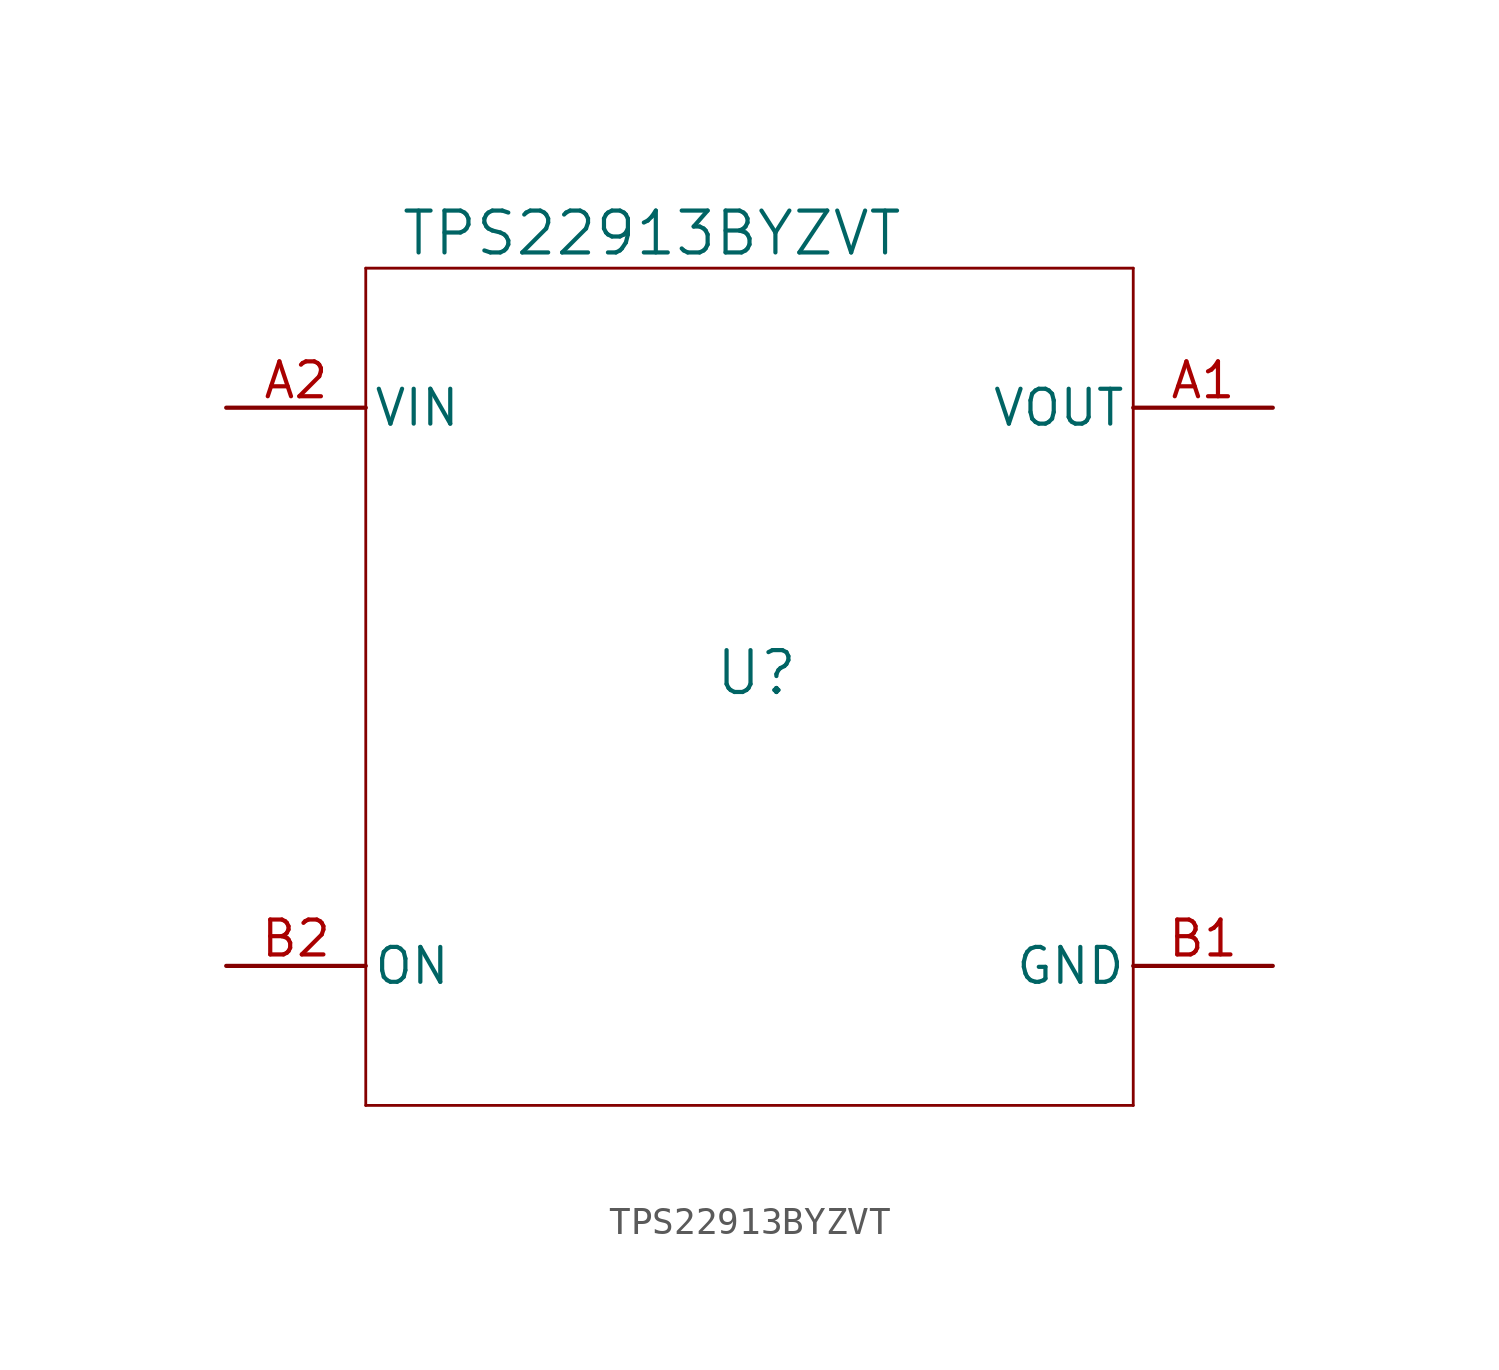
<source format=kicad_sym>
(kicad_symbol_lib
  (version 20241209)
  (generator "kicad_symbol_editor")
  (generator_version "9.0")
  (symbol "TPS22913BYZVT"
    (pin_names
      (offset 0.254))
    (property "Reference" "U"
      (at 1.524 0.508 0)
      (effects (font (size 1.524 1.524))))
    (property "Value" "TPS22913BYZVT"
      (at -2.286 16.51 0)
      (effects (font (size 1.524 1.524))))
    (property "ki_locked" ""
      (at 0 0 0)
      (effects (font (size 1.27 1.27))))
    (symbol "TPS22913BYZVT_0_1"
      (polyline (pts (xy -12.7 15.24) (xy -12.7 -15.24)) (stroke (width 0.102) (type default)) (fill (type none)))
      (polyline (pts (xy -12.7 -15.24) (xy 15.24 -15.24)) (stroke (width 0.102) (type default)) (fill (type none)))
      (polyline (pts (xy 15.24 15.24) (xy -12.7 15.24)) (stroke (width 0.102) (type default)) (fill (type none)))
      (polyline (pts (xy 15.24 -15.24) (xy 15.24 15.24)) (stroke (width 0.102) (type default)) (fill (type none)))
      (pin power_in line (at -17.78 10.16 0) (length 5.08) (name "VIN" (effects (font (size 1.27 1.27)))) (number "A2" (effects (font (size 1.27 1.27)))))
      (pin input line (at -17.78 -10.16 0) (length 5.08) (name "ON" (effects (font (size 1.27 1.27)))) (number "B2" (effects (font (size 1.27 1.27)))))
      (pin power_in line (at 20.32 10.16 180) (length 5.08) (name "VOUT" (effects (font (size 1.27 1.27)))) (number "A1" (effects (font (size 1.27 1.27)))))
      (pin power_in line (at 20.32 -10.16 180) (length 5.08) (name "GND" (effects (font (size 1.27 1.27)))) (number "B1" (effects (font (size 1.27 1.27))))))))
</source>
